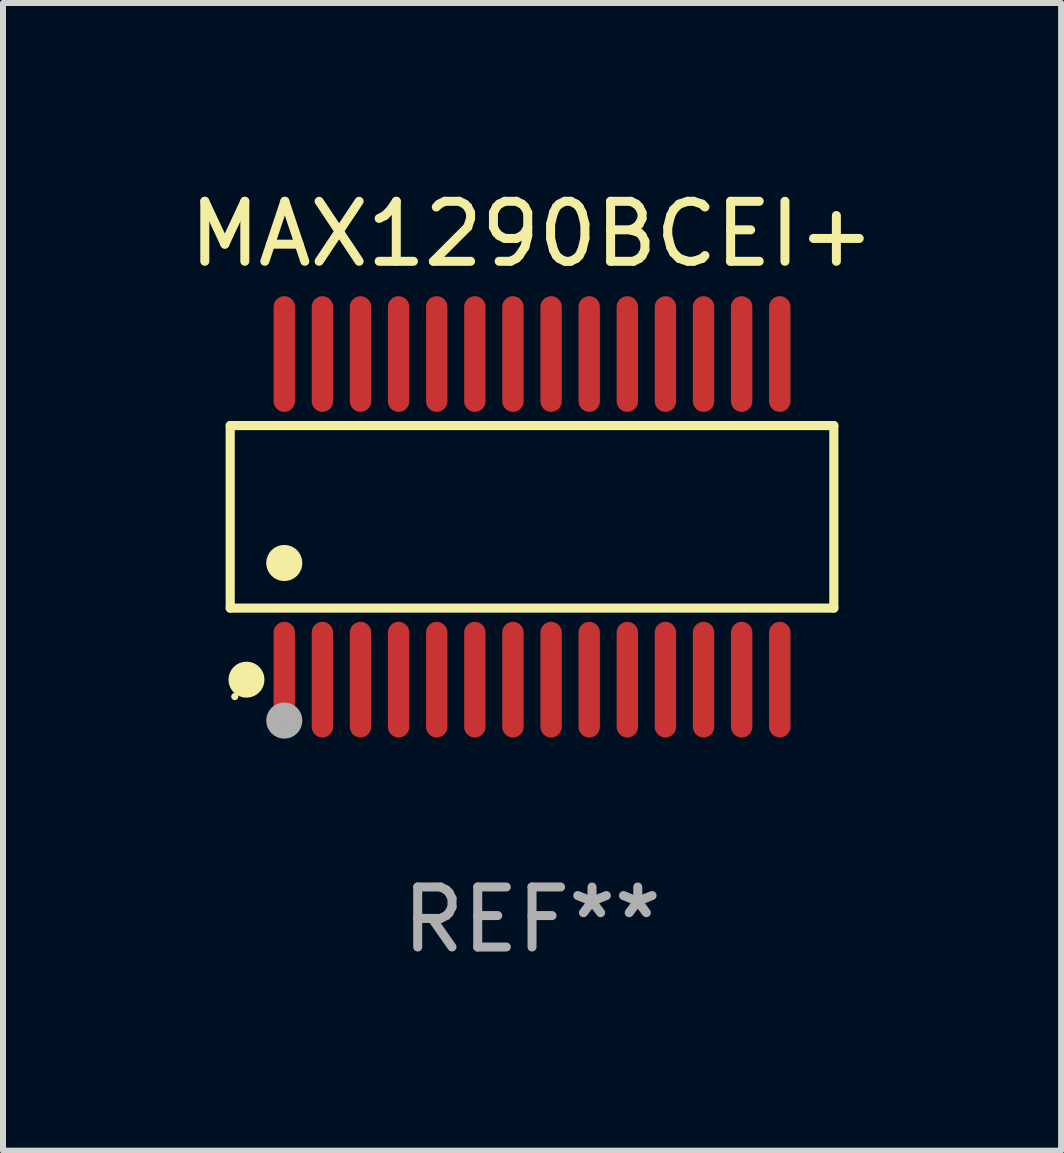
<source format=kicad_pcb>
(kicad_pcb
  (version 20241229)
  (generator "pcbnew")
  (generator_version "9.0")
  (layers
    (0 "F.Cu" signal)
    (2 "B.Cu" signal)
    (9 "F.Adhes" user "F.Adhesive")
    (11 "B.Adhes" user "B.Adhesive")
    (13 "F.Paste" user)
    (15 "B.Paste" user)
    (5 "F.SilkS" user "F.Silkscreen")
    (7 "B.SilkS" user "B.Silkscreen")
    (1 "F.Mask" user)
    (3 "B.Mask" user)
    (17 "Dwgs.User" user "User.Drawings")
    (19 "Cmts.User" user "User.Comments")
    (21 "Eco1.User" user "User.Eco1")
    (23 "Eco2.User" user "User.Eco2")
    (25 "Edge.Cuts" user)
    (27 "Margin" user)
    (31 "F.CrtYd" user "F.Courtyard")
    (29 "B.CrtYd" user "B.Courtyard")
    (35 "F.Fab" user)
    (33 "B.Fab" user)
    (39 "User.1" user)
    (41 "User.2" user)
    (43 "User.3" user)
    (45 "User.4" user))
  (footprint "MAX1290BCEI+"
    (layer "F.Cu")
    (at 5.815 5.562)
    (property "Reference" "MAX1290BCEI+" (at 0 -4.713 0) (layer "F.SilkS") (effects (font (size 1 1) (thickness 0.15))))
    (attr through_hole)
    (fp_line (start -5.029 -1.521) (end 5.029 -1.521) (stroke (width 0.152) (type solid)) (layer "F.SilkS"))
    (fp_line (start -5.029 1.521) (end -5.029 -1.521) (stroke (width 0.152) (type solid)) (layer "F.SilkS"))
    (fp_line (start 5.029 -1.521) (end 5.029 1.521) (stroke (width 0.152) (type solid)) (layer "F.SilkS"))
    (fp_line (start 5.029 1.521) (end -5.029 1.521) (stroke (width 0.152) (type solid)) (layer "F.SilkS"))
    (fp_circle (center -4.953 2.995) (end -4.923 2.995) (stroke (width 0.06) (type solid)) (fill no) (layer "F.SilkS"))
    (fp_circle (center -4.758 2.713) (end -4.608 2.713) (stroke (width 0.3) (type solid)) (fill no) (layer "F.SilkS"))
    (fp_circle (center -4.128 0.769) (end -3.977 0.769) (stroke (width 0.3) (type solid)) (fill no) (layer "F.SilkS"))
    (fp_circle (center -4.128 3.395) (end -3.977 3.395) (stroke (width 0.3) (type solid)) (fill no) (layer "F.Fab"))
    (fp_text user "REF**" (at 0 6.713 0) (layer "F.Fab") (effects (font (size 1 1) (thickness 0.15))))
    (pad "1" smd oval (at -4.128 2.713) (size 0.356 1.927) (layers "F.Cu" "F.Mask" "F.Paste"))
    (pad "2" smd oval (at -3.493 2.713) (size 0.356 1.927) (layers "F.Cu" "F.Mask" "F.Paste"))
    (pad "3" smd oval (at -2.858 2.713) (size 0.356 1.927) (layers "F.Cu" "F.Mask" "F.Paste"))
    (pad "4" smd oval (at -2.223 2.713) (size 0.356 1.927) (layers "F.Cu" "F.Mask" "F.Paste"))
    (pad "5" smd oval (at -1.588 2.713) (size 0.356 1.927) (layers "F.Cu" "F.Mask" "F.Paste"))
    (pad "6" smd oval (at -0.953 2.713) (size 0.356 1.927) (layers "F.Cu" "F.Mask" "F.Paste"))
    (pad "7" smd oval (at -0.318 2.713) (size 0.356 1.927) (layers "F.Cu" "F.Mask" "F.Paste"))
    (pad "8" smd oval (at 0.318 2.713) (size 0.356 1.927) (layers "F.Cu" "F.Mask" "F.Paste"))
    (pad "9" smd oval (at 0.953 2.713) (size 0.356 1.927) (layers "F.Cu" "F.Mask" "F.Paste"))
    (pad "10" smd oval (at 1.588 2.713) (size 0.356 1.927) (layers "F.Cu" "F.Mask" "F.Paste"))
    (pad "11" smd oval (at 2.223 2.713) (size 0.356 1.927) (layers "F.Cu" "F.Mask" "F.Paste"))
    (pad "12" smd oval (at 2.858 2.713) (size 0.356 1.927) (layers "F.Cu" "F.Mask" "F.Paste"))
    (pad "13" smd oval (at 3.493 2.713) (size 0.356 1.927) (layers "F.Cu" "F.Mask" "F.Paste"))
    (pad "14" smd oval (at 4.128 2.713) (size 0.356 1.927) (layers "F.Cu" "F.Mask" "F.Paste"))
    (pad "15" smd oval (at 4.128 -2.713) (size 0.356 1.927) (layers "F.Cu" "F.Mask" "F.Paste"))
    (pad "16" smd oval (at 3.493 -2.713) (size 0.356 1.927) (layers "F.Cu" "F.Mask" "F.Paste"))
    (pad "17" smd oval (at 2.858 -2.713) (size 0.356 1.927) (layers "F.Cu" "F.Mask" "F.Paste"))
    (pad "18" smd oval (at 2.223 -2.713) (size 0.356 1.927) (layers "F.Cu" "F.Mask" "F.Paste"))
    (pad "19" smd oval (at 1.588 -2.713) (size 0.356 1.927) (layers "F.Cu" "F.Mask" "F.Paste"))
    (pad "20" smd oval (at 0.953 -2.713) (size 0.356 1.927) (layers "F.Cu" "F.Mask" "F.Paste"))
    (pad "21" smd oval (at 0.318 -2.713) (size 0.356 1.927) (layers "F.Cu" "F.Mask" "F.Paste"))
    (pad "22" smd oval (at -0.318 -2.713) (size 0.356 1.927) (layers "F.Cu" "F.Mask" "F.Paste"))
    (pad "23" smd oval (at -0.953 -2.713) (size 0.356 1.927) (layers "F.Cu" "F.Mask" "F.Paste"))
    (pad "24" smd oval (at -1.588 -2.713) (size 0.356 1.927) (layers "F.Cu" "F.Mask" "F.Paste"))
    (pad "25" smd oval (at -2.223 -2.713) (size 0.356 1.927) (layers "F.Cu" "F.Mask" "F.Paste"))
    (pad "26" smd oval (at -2.858 -2.713) (size 0.356 1.927) (layers "F.Cu" "F.Mask" "F.Paste"))
    (pad "27" smd oval (at -3.493 -2.713) (size 0.356 1.927) (layers "F.Cu" "F.Mask" "F.Paste"))
    (pad "28" smd oval (at -4.128 -2.713) (size 0.356 1.927) (layers "F.Cu" "F.Mask" "F.Paste")))
  (gr_rect
    (start -3 -3)
    (end 14.631 16.123)
    (stroke (width 0.1) (type default))
    (fill no)
    (layer "Edge.Cuts")))
</source>
